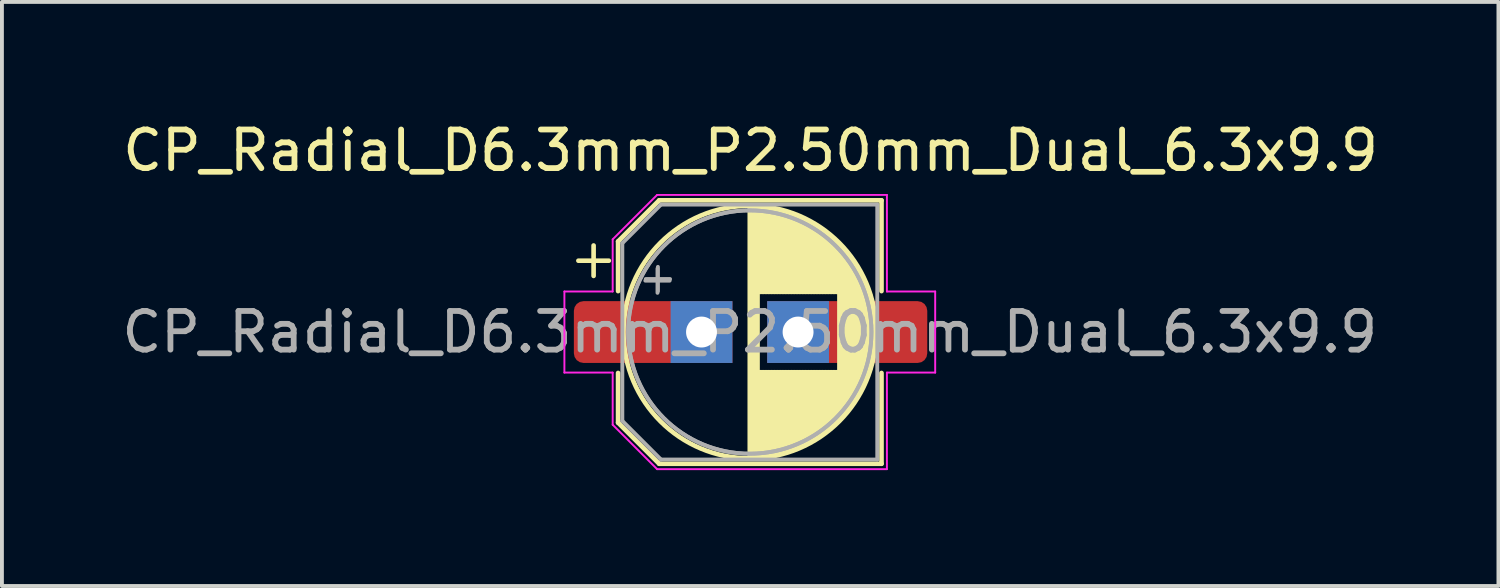
<source format=kicad_pcb>
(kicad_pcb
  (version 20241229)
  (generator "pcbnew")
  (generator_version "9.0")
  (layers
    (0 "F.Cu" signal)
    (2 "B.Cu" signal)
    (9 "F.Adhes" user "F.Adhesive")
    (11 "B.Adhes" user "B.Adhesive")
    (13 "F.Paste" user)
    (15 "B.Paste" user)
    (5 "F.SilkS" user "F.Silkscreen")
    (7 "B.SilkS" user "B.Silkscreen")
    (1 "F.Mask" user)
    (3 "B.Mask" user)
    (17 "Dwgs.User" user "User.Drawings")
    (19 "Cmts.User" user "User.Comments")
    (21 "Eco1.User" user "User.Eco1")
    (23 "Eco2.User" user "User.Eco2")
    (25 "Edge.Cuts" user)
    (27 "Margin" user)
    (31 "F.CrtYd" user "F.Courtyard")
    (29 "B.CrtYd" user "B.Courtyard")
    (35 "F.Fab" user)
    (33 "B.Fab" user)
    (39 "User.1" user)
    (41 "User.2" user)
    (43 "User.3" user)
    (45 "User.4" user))
  (footprint "CP_Radial_D6.3mm_P2.50mm_Dual_6.3x9.9"
    (layer "F.Cu")
    (at 15.113 5.547)
    (property "Reference" "CP_Radial_D6.3mm_P2.50mm_Dual_6.3x9.9" (at 1.27 -4.699 0) (layer "F.SilkS") (effects (font (size 1 1) (thickness 0.15))))
    (attr through_hole)
    (fp_line (start -3.188 -1.847) (end -2.4 -1.847) (stroke (width 0.12) (type solid)) (layer "F.SilkS"))
    (fp_line (start -2.794 -2.241) (end -2.794 -1.454) (stroke (width 0.12) (type solid)) (layer "F.SilkS"))
    (fp_line (start -2.16 -2.346) (end -2.16 -1.06) (stroke (width 0.12) (type solid)) (layer "F.SilkS"))
    (fp_line (start -2.16 -2.346) (end -1.096 -3.41) (stroke (width 0.12) (type solid)) (layer "F.SilkS"))
    (fp_line (start -2.16 2.346) (end -2.16 1.06) (stroke (width 0.12) (type solid)) (layer "F.SilkS"))
    (fp_line (start -2.16 2.346) (end -1.096 3.41) (stroke (width 0.12) (type solid)) (layer "F.SilkS"))
    (fp_line (start -1.096 -3.41) (end 4.66 -3.41) (stroke (width 0.12) (type solid)) (layer "F.SilkS"))
    (fp_line (start -1.096 3.41) (end 4.66 3.41) (stroke (width 0.12) (type solid)) (layer "F.SilkS"))
    (fp_line (start 1.25 -3.23) (end 1.25 3.23) (stroke (width 0.12) (type solid)) (layer "F.SilkS"))
    (fp_line (start 1.29 -3.23) (end 1.29 3.23) (stroke (width 0.12) (type solid)) (layer "F.SilkS"))
    (fp_line (start 1.33 -3.23) (end 1.33 3.23) (stroke (width 0.12) (type solid)) (layer "F.SilkS"))
    (fp_line (start 1.37 -3.228) (end 1.37 3.228) (stroke (width 0.12) (type solid)) (layer "F.SilkS"))
    (fp_line (start 1.41 -3.227) (end 1.41 3.227) (stroke (width 0.12) (type solid)) (layer "F.SilkS"))
    (fp_line (start 1.45 -3.224) (end 1.45 3.224) (stroke (width 0.12) (type solid)) (layer "F.SilkS"))
    (fp_line (start 1.49 -3.222) (end 1.49 -1.04) (stroke (width 0.12) (type solid)) (layer "F.SilkS"))
    (fp_line (start 1.49 1.04) (end 1.49 3.222) (stroke (width 0.12) (type solid)) (layer "F.SilkS"))
    (fp_line (start 1.53 -3.218) (end 1.53 -1.04) (stroke (width 0.12) (type solid)) (layer "F.SilkS"))
    (fp_line (start 1.53 1.04) (end 1.53 3.218) (stroke (width 0.12) (type solid)) (layer "F.SilkS"))
    (fp_line (start 1.57 -3.215) (end 1.57 -1.04) (stroke (width 0.12) (type solid)) (layer "F.SilkS"))
    (fp_line (start 1.57 1.04) (end 1.57 3.215) (stroke (width 0.12) (type solid)) (layer "F.SilkS"))
    (fp_line (start 1.61 -3.211) (end 1.61 -1.04) (stroke (width 0.12) (type solid)) (layer "F.SilkS"))
    (fp_line (start 1.61 1.04) (end 1.61 3.211) (stroke (width 0.12) (type solid)) (layer "F.SilkS"))
    (fp_line (start 1.65 -3.206) (end 1.65 -1.04) (stroke (width 0.12) (type solid)) (layer "F.SilkS"))
    (fp_line (start 1.65 1.04) (end 1.65 3.206) (stroke (width 0.12) (type solid)) (layer "F.SilkS"))
    (fp_line (start 1.69 -3.201) (end 1.69 -1.04) (stroke (width 0.12) (type solid)) (layer "F.SilkS"))
    (fp_line (start 1.69 1.04) (end 1.69 3.201) (stroke (width 0.12) (type solid)) (layer "F.SilkS"))
    (fp_line (start 1.73 -3.195) (end 1.73 -1.04) (stroke (width 0.12) (type solid)) (layer "F.SilkS"))
    (fp_line (start 1.73 1.04) (end 1.73 3.195) (stroke (width 0.12) (type solid)) (layer "F.SilkS"))
    (fp_line (start 1.77 -3.189) (end 1.77 -1.04) (stroke (width 0.12) (type solid)) (layer "F.SilkS"))
    (fp_line (start 1.77 1.04) (end 1.77 3.189) (stroke (width 0.12) (type solid)) (layer "F.SilkS"))
    (fp_line (start 1.81 -3.182) (end 1.81 -1.04) (stroke (width 0.12) (type solid)) (layer "F.SilkS"))
    (fp_line (start 1.81 1.04) (end 1.81 3.182) (stroke (width 0.12) (type solid)) (layer "F.SilkS"))
    (fp_line (start 1.85 -3.175) (end 1.85 -1.04) (stroke (width 0.12) (type solid)) (layer "F.SilkS"))
    (fp_line (start 1.85 1.04) (end 1.85 3.175) (stroke (width 0.12) (type solid)) (layer "F.SilkS"))
    (fp_line (start 1.89 -3.167) (end 1.89 -1.04) (stroke (width 0.12) (type solid)) (layer "F.SilkS"))
    (fp_line (start 1.89 1.04) (end 1.89 3.167) (stroke (width 0.12) (type solid)) (layer "F.SilkS"))
    (fp_line (start 1.93 -3.159) (end 1.93 -1.04) (stroke (width 0.12) (type solid)) (layer "F.SilkS"))
    (fp_line (start 1.93 1.04) (end 1.93 3.159) (stroke (width 0.12) (type solid)) (layer "F.SilkS"))
    (fp_line (start 1.971 -3.15) (end 1.971 -1.04) (stroke (width 0.12) (type solid)) (layer "F.SilkS"))
    (fp_line (start 1.971 1.04) (end 1.971 3.15) (stroke (width 0.12) (type solid)) (layer "F.SilkS"))
    (fp_line (start 2.011 -3.141) (end 2.011 -1.04) (stroke (width 0.12) (type solid)) (layer "F.SilkS"))
    (fp_line (start 2.011 1.04) (end 2.011 3.141) (stroke (width 0.12) (type solid)) (layer "F.SilkS"))
    (fp_line (start 2.051 -3.131) (end 2.051 -1.04) (stroke (width 0.12) (type solid)) (layer "F.SilkS"))
    (fp_line (start 2.051 1.04) (end 2.051 3.131) (stroke (width 0.12) (type solid)) (layer "F.SilkS"))
    (fp_line (start 2.091 -3.121) (end 2.091 -1.04) (stroke (width 0.12) (type solid)) (layer "F.SilkS"))
    (fp_line (start 2.091 1.04) (end 2.091 3.121) (stroke (width 0.12) (type solid)) (layer "F.SilkS"))
    (fp_line (start 2.131 -3.11) (end 2.131 -1.04) (stroke (width 0.12) (type solid)) (layer "F.SilkS"))
    (fp_line (start 2.131 1.04) (end 2.131 3.11) (stroke (width 0.12) (type solid)) (layer "F.SilkS"))
    (fp_line (start 2.171 -3.098) (end 2.171 -1.04) (stroke (width 0.12) (type solid)) (layer "F.SilkS"))
    (fp_line (start 2.171 1.04) (end 2.171 3.098) (stroke (width 0.12) (type solid)) (layer "F.SilkS"))
    (fp_line (start 2.211 -3.086) (end 2.211 -1.04) (stroke (width 0.12) (type solid)) (layer "F.SilkS"))
    (fp_line (start 2.211 1.04) (end 2.211 3.086) (stroke (width 0.12) (type solid)) (layer "F.SilkS"))
    (fp_line (start 2.251 -3.074) (end 2.251 -1.04) (stroke (width 0.12) (type solid)) (layer "F.SilkS"))
    (fp_line (start 2.251 1.04) (end 2.251 3.074) (stroke (width 0.12) (type solid)) (layer "F.SilkS"))
    (fp_line (start 2.291 -3.061) (end 2.291 -1.04) (stroke (width 0.12) (type solid)) (layer "F.SilkS"))
    (fp_line (start 2.291 1.04) (end 2.291 3.061) (stroke (width 0.12) (type solid)) (layer "F.SilkS"))
    (fp_line (start 2.331 -3.047) (end 2.331 -1.04) (stroke (width 0.12) (type solid)) (layer "F.SilkS"))
    (fp_line (start 2.331 1.04) (end 2.331 3.047) (stroke (width 0.12) (type solid)) (layer "F.SilkS"))
    (fp_line (start 2.371 -3.033) (end 2.371 -1.04) (stroke (width 0.12) (type solid)) (layer "F.SilkS"))
    (fp_line (start 2.371 1.04) (end 2.371 3.033) (stroke (width 0.12) (type solid)) (layer "F.SilkS"))
    (fp_line (start 2.411 -3.018) (end 2.411 -1.04) (stroke (width 0.12) (type solid)) (layer "F.SilkS"))
    (fp_line (start 2.411 1.04) (end 2.411 3.018) (stroke (width 0.12) (type solid)) (layer "F.SilkS"))
    (fp_line (start 2.451 -3.002) (end 2.451 -1.04) (stroke (width 0.12) (type solid)) (layer "F.SilkS"))
    (fp_line (start 2.451 1.04) (end 2.451 3.002) (stroke (width 0.12) (type solid)) (layer "F.SilkS"))
    (fp_line (start 2.491 -2.986) (end 2.491 -1.04) (stroke (width 0.12) (type solid)) (layer "F.SilkS"))
    (fp_line (start 2.491 1.04) (end 2.491 2.986) (stroke (width 0.12) (type solid)) (layer "F.SilkS"))
    (fp_line (start 2.531 -2.97) (end 2.531 -1.04) (stroke (width 0.12) (type solid)) (layer "F.SilkS"))
    (fp_line (start 2.531 1.04) (end 2.531 2.97) (stroke (width 0.12) (type solid)) (layer "F.SilkS"))
    (fp_line (start 2.571 -2.952) (end 2.571 -1.04) (stroke (width 0.12) (type solid)) (layer "F.SilkS"))
    (fp_line (start 2.571 1.04) (end 2.571 2.952) (stroke (width 0.12) (type solid)) (layer "F.SilkS"))
    (fp_line (start 2.611 -2.934) (end 2.611 -1.04) (stroke (width 0.12) (type solid)) (layer "F.SilkS"))
    (fp_line (start 2.611 1.04) (end 2.611 2.934) (stroke (width 0.12) (type solid)) (layer "F.SilkS"))
    (fp_line (start 2.651 -2.916) (end 2.651 -1.04) (stroke (width 0.12) (type solid)) (layer "F.SilkS"))
    (fp_line (start 2.651 1.04) (end 2.651 2.916) (stroke (width 0.12) (type solid)) (layer "F.SilkS"))
    (fp_line (start 2.691 -2.896) (end 2.691 -1.04) (stroke (width 0.12) (type solid)) (layer "F.SilkS"))
    (fp_line (start 2.691 1.04) (end 2.691 2.896) (stroke (width 0.12) (type solid)) (layer "F.SilkS"))
    (fp_line (start 2.731 -2.876) (end 2.731 -1.04) (stroke (width 0.12) (type solid)) (layer "F.SilkS"))
    (fp_line (start 2.731 1.04) (end 2.731 2.876) (stroke (width 0.12) (type solid)) (layer "F.SilkS"))
    (fp_line (start 2.771 -2.856) (end 2.771 -1.04) (stroke (width 0.12) (type solid)) (layer "F.SilkS"))
    (fp_line (start 2.771 1.04) (end 2.771 2.856) (stroke (width 0.12) (type solid)) (layer "F.SilkS"))
    (fp_line (start 2.811 -2.834) (end 2.811 -1.04) (stroke (width 0.12) (type solid)) (layer "F.SilkS"))
    (fp_line (start 2.811 1.04) (end 2.811 2.834) (stroke (width 0.12) (type solid)) (layer "F.SilkS"))
    (fp_line (start 2.851 -2.812) (end 2.851 -1.04) (stroke (width 0.12) (type solid)) (layer "F.SilkS"))
    (fp_line (start 2.851 1.04) (end 2.851 2.812) (stroke (width 0.12) (type solid)) (layer "F.SilkS"))
    (fp_line (start 2.891 -2.79) (end 2.891 -1.04) (stroke (width 0.12) (type solid)) (layer "F.SilkS"))
    (fp_line (start 2.891 1.04) (end 2.891 2.79) (stroke (width 0.12) (type solid)) (layer "F.SilkS"))
    (fp_line (start 2.931 -2.766) (end 2.931 -1.04) (stroke (width 0.12) (type solid)) (layer "F.SilkS"))
    (fp_line (start 2.931 1.04) (end 2.931 2.766) (stroke (width 0.12) (type solid)) (layer "F.SilkS"))
    (fp_line (start 2.971 -2.742) (end 2.971 -1.04) (stroke (width 0.12) (type solid)) (layer "F.SilkS"))
    (fp_line (start 2.971 1.04) (end 2.971 2.742) (stroke (width 0.12) (type solid)) (layer "F.SilkS"))
    (fp_line (start 3.011 -2.716) (end 3.011 -1.04) (stroke (width 0.12) (type solid)) (layer "F.SilkS"))
    (fp_line (start 3.011 1.04) (end 3.011 2.716) (stroke (width 0.12) (type solid)) (layer "F.SilkS"))
    (fp_line (start 3.051 -2.69) (end 3.051 -1.04) (stroke (width 0.12) (type solid)) (layer "F.SilkS"))
    (fp_line (start 3.051 1.04) (end 3.051 2.69) (stroke (width 0.12) (type solid)) (layer "F.SilkS"))
    (fp_line (start 3.091 -2.664) (end 3.091 -1.04) (stroke (width 0.12) (type solid)) (layer "F.SilkS"))
    (fp_line (start 3.091 1.04) (end 3.091 2.664) (stroke (width 0.12) (type solid)) (layer "F.SilkS"))
    (fp_line (start 3.131 -2.636) (end 3.131 -1.04) (stroke (width 0.12) (type solid)) (layer "F.SilkS"))
    (fp_line (start 3.131 1.04) (end 3.131 2.636) (stroke (width 0.12) (type solid)) (layer "F.SilkS"))
    (fp_line (start 3.171 -2.607) (end 3.171 -1.04) (stroke (width 0.12) (type solid)) (layer "F.SilkS"))
    (fp_line (start 3.171 1.04) (end 3.171 2.607) (stroke (width 0.12) (type solid)) (layer "F.SilkS"))
    (fp_line (start 3.211 -2.578) (end 3.211 -1.04) (stroke (width 0.12) (type solid)) (layer "F.SilkS"))
    (fp_line (start 3.211 1.04) (end 3.211 2.578) (stroke (width 0.12) (type solid)) (layer "F.SilkS"))
    (fp_line (start 3.251 -2.548) (end 3.251 -1.04) (stroke (width 0.12) (type solid)) (layer "F.SilkS"))
    (fp_line (start 3.251 1.04) (end 3.251 2.548) (stroke (width 0.12) (type solid)) (layer "F.SilkS"))
    (fp_line (start 3.291 -2.516) (end 3.291 -1.04) (stroke (width 0.12) (type solid)) (layer "F.SilkS"))
    (fp_line (start 3.291 1.04) (end 3.291 2.516) (stroke (width 0.12) (type solid)) (layer "F.SilkS"))
    (fp_line (start 3.331 -2.484) (end 3.331 -1.04) (stroke (width 0.12) (type solid)) (layer "F.SilkS"))
    (fp_line (start 3.331 1.04) (end 3.331 2.484) (stroke (width 0.12) (type solid)) (layer "F.SilkS"))
    (fp_line (start 3.371 -2.45) (end 3.371 -1.04) (stroke (width 0.12) (type solid)) (layer "F.SilkS"))
    (fp_line (start 3.371 1.04) (end 3.371 2.45) (stroke (width 0.12) (type solid)) (layer "F.SilkS"))
    (fp_line (start 3.411 -2.416) (end 3.411 -1.04) (stroke (width 0.12) (type solid)) (layer "F.SilkS"))
    (fp_line (start 3.411 1.04) (end 3.411 2.416) (stroke (width 0.12) (type solid)) (layer "F.SilkS"))
    (fp_line (start 3.451 -2.38) (end 3.451 -1.04) (stroke (width 0.12) (type solid)) (layer "F.SilkS"))
    (fp_line (start 3.451 1.04) (end 3.451 2.38) (stroke (width 0.12) (type solid)) (layer "F.SilkS"))
    (fp_line (start 3.491 -2.343) (end 3.491 -1.04) (stroke (width 0.12) (type solid)) (layer "F.SilkS"))
    (fp_line (start 3.491 1.04) (end 3.491 2.343) (stroke (width 0.12) (type solid)) (layer "F.SilkS"))
    (fp_line (start 3.531 -2.305) (end 3.531 -1.04) (stroke (width 0.12) (type solid)) (layer "F.SilkS"))
    (fp_line (start 3.531 1.04) (end 3.531 2.305) (stroke (width 0.12) (type solid)) (layer "F.SilkS"))
    (fp_line (start 3.571 -2.265) (end 3.571 2.265) (stroke (width 0.12) (type solid)) (layer "F.SilkS"))
    (fp_line (start 3.611 -2.224) (end 3.611 2.224) (stroke (width 0.12) (type solid)) (layer "F.SilkS"))
    (fp_line (start 3.651 -2.182) (end 3.651 2.182) (stroke (width 0.12) (type solid)) (layer "F.SilkS"))
    (fp_line (start 3.691 -2.137) (end 3.691 2.137) (stroke (width 0.12) (type solid)) (layer "F.SilkS"))
    (fp_line (start 3.731 -2.092) (end 3.731 2.092) (stroke (width 0.12) (type solid)) (layer "F.SilkS"))
    (fp_line (start 3.771 -2.044) (end 3.771 2.044) (stroke (width 0.12) (type solid)) (layer "F.SilkS"))
    (fp_line (start 3.811 -1.995) (end 3.811 1.995) (stroke (width 0.12) (type solid)) (layer "F.SilkS"))
    (fp_line (start 3.851 -1.944) (end 3.851 1.944) (stroke (width 0.12) (type solid)) (layer "F.SilkS"))
    (fp_line (start 3.891 -1.89) (end 3.891 1.89) (stroke (width 0.12) (type solid)) (layer "F.SilkS"))
    (fp_line (start 3.931 -1.834) (end 3.931 1.834) (stroke (width 0.12) (type solid)) (layer "F.SilkS"))
    (fp_line (start 3.971 -1.776) (end 3.971 1.776) (stroke (width 0.12) (type solid)) (layer "F.SilkS"))
    (fp_line (start 4.011 -1.714) (end 4.011 1.714) (stroke (width 0.12) (type solid)) (layer "F.SilkS"))
    (fp_line (start 4.051 -1.65) (end 4.051 1.65) (stroke (width 0.12) (type solid)) (layer "F.SilkS"))
    (fp_line (start 4.091 -1.581) (end 4.091 1.581) (stroke (width 0.12) (type solid)) (layer "F.SilkS"))
    (fp_line (start 4.131 -1.509) (end 4.131 1.509) (stroke (width 0.12) (type solid)) (layer "F.SilkS"))
    (fp_line (start 4.171 -1.432) (end 4.171 1.432) (stroke (width 0.12) (type solid)) (layer "F.SilkS"))
    (fp_line (start 4.211 -1.35) (end 4.211 1.35) (stroke (width 0.12) (type solid)) (layer "F.SilkS"))
    (fp_line (start 4.251 -1.262) (end 4.251 1.262) (stroke (width 0.12) (type solid)) (layer "F.SilkS"))
    (fp_line (start 4.291 -1.165) (end 4.291 1.165) (stroke (width 0.12) (type solid)) (layer "F.SilkS"))
    (fp_line (start 4.331 -1.059) (end 4.331 1.059) (stroke (width 0.12) (type solid)) (layer "F.SilkS"))
    (fp_line (start 4.371 -0.94) (end 4.371 0.94) (stroke (width 0.12) (type solid)) (layer "F.SilkS"))
    (fp_line (start 4.411 -0.802) (end 4.411 0.802) (stroke (width 0.12) (type solid)) (layer "F.SilkS"))
    (fp_line (start 4.451 -0.633) (end 4.451 0.633) (stroke (width 0.12) (type solid)) (layer "F.SilkS"))
    (fp_line (start 4.491 -0.402) (end 4.491 0.402) (stroke (width 0.12) (type solid)) (layer "F.SilkS"))
    (fp_line (start 4.66 -3.41) (end 4.66 -1.06) (stroke (width 0.12) (type solid)) (layer "F.SilkS"))
    (fp_line (start 4.66 3.41) (end 4.66 1.06) (stroke (width 0.12) (type solid)) (layer "F.SilkS"))
    (fp_circle (center 1.25 0) (end 4.52 0) (stroke (width 0.12) (type solid)) (fill no) (layer "F.SilkS"))
    (fp_line (start -3.55 -1.05) (end -3.55 1.05) (stroke (width 0.05) (type solid)) (layer "F.CrtYd"))
    (fp_line (start -3.55 1.05) (end -2.3 1.05) (stroke (width 0.05) (type solid)) (layer "F.CrtYd"))
    (fp_line (start -2.3 -2.4) (end -2.3 -1.05) (stroke (width 0.05) (type solid)) (layer "F.CrtYd"))
    (fp_line (start -2.3 -2.4) (end -1.15 -3.55) (stroke (width 0.05) (type solid)) (layer "F.CrtYd"))
    (fp_line (start -2.3 -1.05) (end -3.55 -1.05) (stroke (width 0.05) (type solid)) (layer "F.CrtYd"))
    (fp_line (start -2.3 1.05) (end -2.3 2.4) (stroke (width 0.05) (type solid)) (layer "F.CrtYd"))
    (fp_line (start -2.3 2.4) (end -1.15 3.55) (stroke (width 0.05) (type solid)) (layer "F.CrtYd"))
    (fp_line (start -1.15 -3.55) (end 4.8 -3.55) (stroke (width 0.05) (type solid)) (layer "F.CrtYd"))
    (fp_line (start -1.15 3.55) (end 4.8 3.55) (stroke (width 0.05) (type solid)) (layer "F.CrtYd"))
    (fp_line (start 4.8 -3.55) (end 4.8 -1.05) (stroke (width 0.05) (type solid)) (layer "F.CrtYd"))
    (fp_line (start 4.8 -1.05) (end 6.05 -1.05) (stroke (width 0.05) (type solid)) (layer "F.CrtYd"))
    (fp_line (start 4.8 1.05) (end 4.8 3.55) (stroke (width 0.05) (type solid)) (layer "F.CrtYd"))
    (fp_line (start 6.05 -1.05) (end 6.05 1.05) (stroke (width 0.05) (type solid)) (layer "F.CrtYd"))
    (fp_line (start 6.05 1.05) (end 4.8 1.05) (stroke (width 0.05) (type solid)) (layer "F.CrtYd"))
    (fp_line (start -2.05 -2.3) (end -2.05 2.3) (stroke (width 0.1) (type solid)) (layer "F.Fab"))
    (fp_line (start -2.05 -2.3) (end -1.05 -3.3) (stroke (width 0.1) (type solid)) (layer "F.Fab"))
    (fp_line (start -2.05 2.3) (end -1.05 3.3) (stroke (width 0.1) (type solid)) (layer "F.Fab"))
    (fp_line (start -1.455 -1.33) (end -0.825 -1.33) (stroke (width 0.1) (type solid)) (layer "F.Fab"))
    (fp_line (start -1.444 -1.373) (end -0.814 -1.373) (stroke (width 0.1) (type solid)) (layer "F.Fab"))
    (fp_line (start -1.14 -1.645) (end -1.14 -1.015) (stroke (width 0.1) (type solid)) (layer "F.Fab"))
    (fp_line (start -1.129 -1.688) (end -1.129 -1.058) (stroke (width 0.1) (type solid)) (layer "F.Fab"))
    (fp_line (start -1.05 -3.3) (end 4.55 -3.3) (stroke (width 0.1) (type solid)) (layer "F.Fab"))
    (fp_line (start -1.05 3.3) (end 4.55 3.3) (stroke (width 0.1) (type solid)) (layer "F.Fab"))
    (fp_line (start 4.55 -3.3) (end 4.55 3.3) (stroke (width 0.1) (type solid)) (layer "F.Fab"))
    (fp_circle (center 1.25 0) (end 4.4 0) (stroke (width 0.1) (type solid)) (fill no) (layer "F.Fab"))
    (fp_circle (center 1.25 0) (end 4.4 0) (stroke (width 0.1) (type solid)) (fill no) (layer "F.Fab"))
    (fp_text user "${REFERENCE}" (at 1.25 0 0) (layer "F.Fab") (effects (font (size 1 1) (thickness 0.15))))
    (pad "1" smd roundrect (at -1.905 0) (size 2.8 1.6) (layers "F.Cu" "F.Mask" "F.Paste") (roundrect_rratio 0.156))
    (pad "1" thru_hole rect (at 0 0) (size 1.6 1.6) (drill 0.8) (layers "*.Cu" "*.Mask"))
    (pad "2" thru_hole rect (at 2.5 0) (size 1.6 1.6) (drill 0.8) (layers "*.Cu" "*.Mask"))
    (pad "2" smd roundrect (at 4.445 0) (size 2.8 1.6) (layers "F.Cu" "F.Mask" "F.Paste") (roundrect_rratio 0.156)))
  (gr_rect
    (start -3 -3)
    (end 35.746 12.122)
    (stroke (width 0.1) (type default))
    (fill no)
    (layer "Edge.Cuts")))
</source>
